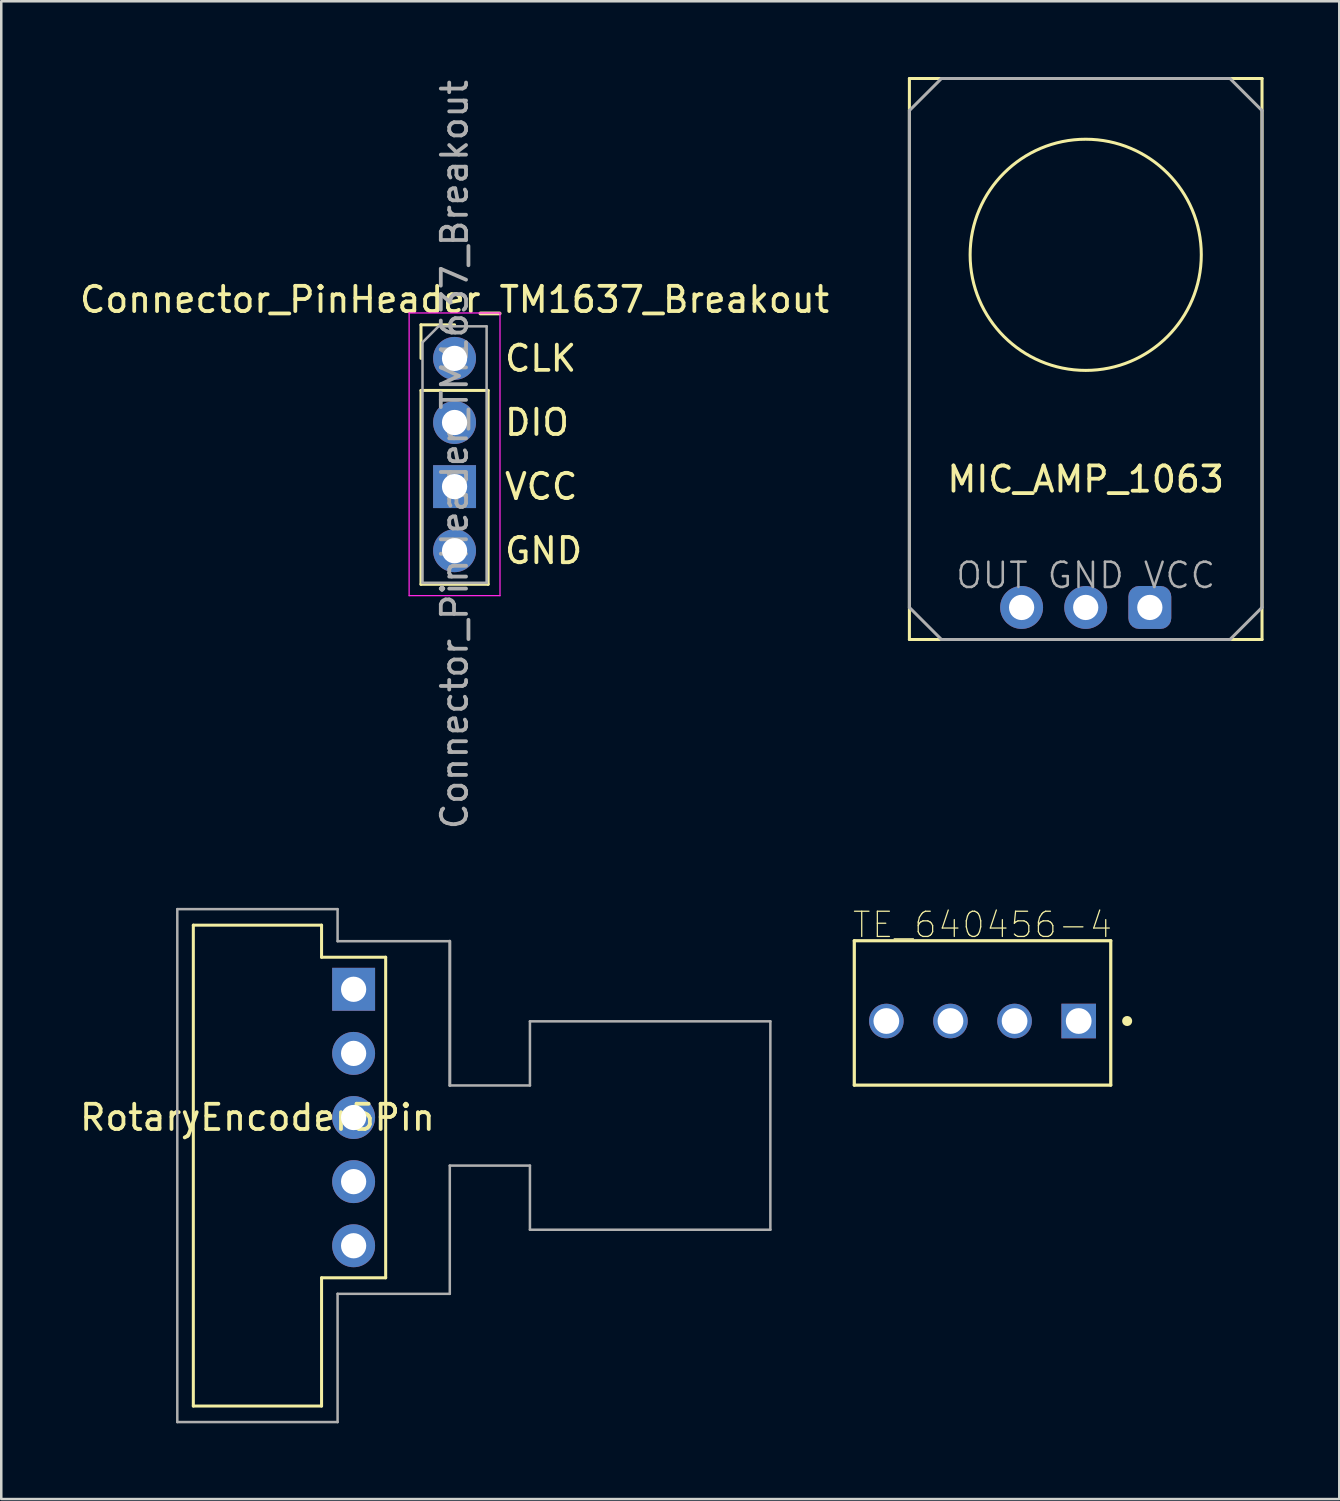
<source format=kicad_pcb>
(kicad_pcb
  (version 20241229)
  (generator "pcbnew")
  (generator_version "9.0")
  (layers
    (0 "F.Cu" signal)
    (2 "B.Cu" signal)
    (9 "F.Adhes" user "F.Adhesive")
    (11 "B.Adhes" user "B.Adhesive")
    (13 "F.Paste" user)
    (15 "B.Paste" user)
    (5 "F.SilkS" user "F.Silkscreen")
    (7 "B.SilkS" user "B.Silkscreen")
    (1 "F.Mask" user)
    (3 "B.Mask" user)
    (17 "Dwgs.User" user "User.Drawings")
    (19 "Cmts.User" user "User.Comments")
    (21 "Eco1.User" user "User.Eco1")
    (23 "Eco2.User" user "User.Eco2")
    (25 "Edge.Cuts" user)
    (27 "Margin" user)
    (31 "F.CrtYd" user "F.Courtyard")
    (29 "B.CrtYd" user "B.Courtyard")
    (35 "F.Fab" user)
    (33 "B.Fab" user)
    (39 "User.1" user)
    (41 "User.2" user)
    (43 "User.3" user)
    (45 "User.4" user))
  (footprint "RotaryEncoder5Pin"
    (layer "F.Cu")
    (at 10.959 41.222)
    (property "Reference" "RotaryEncoder5Pin" (at -3.81 0 0) (layer "F.SilkS") (effects (font (size 1 1) (thickness 0.15))))
    (attr through_hole)
    (fp_line (start -6.35 -7.62) (end -6.35 11.43) (stroke (width 0.12) (type solid)) (layer "F.SilkS"))
    (fp_line (start -6.35 11.43) (end -1.27 11.43) (stroke (width 0.12) (type solid)) (layer "F.SilkS"))
    (fp_line (start -1.27 -7.62) (end -6.35 -7.62) (stroke (width 0.12) (type solid)) (layer "F.SilkS"))
    (fp_line (start -1.27 -7.62) (end -1.27 -6.35) (stroke (width 0.12) (type solid)) (layer "F.SilkS"))
    (fp_line (start -1.27 -6.35) (end 1.27 -6.35) (stroke (width 0.12) (type solid)) (layer "F.SilkS"))
    (fp_line (start -1.27 6.35) (end 1.27 6.35) (stroke (width 0.12) (type solid)) (layer "F.SilkS"))
    (fp_line (start -1.27 11.43) (end -1.27 6.35) (stroke (width 0.12) (type solid)) (layer "F.SilkS"))
    (fp_line (start 1.27 6.35) (end 1.27 -6.35) (stroke (width 0.12) (type solid)) (layer "F.SilkS"))
    (fp_line (start -6.985 -8.255) (end -6.985 12.065) (stroke (width 0.1) (type solid)) (layer "F.Fab"))
    (fp_line (start -6.985 12.065) (end -0.635 12.065) (stroke (width 0.1) (type solid)) (layer "F.Fab"))
    (fp_line (start -0.635 -8.255) (end -6.985 -8.255) (stroke (width 0.1) (type solid)) (layer "F.Fab"))
    (fp_line (start -0.635 -6.985) (end -0.635 -8.255) (stroke (width 0.1) (type solid)) (layer "F.Fab"))
    (fp_line (start -0.635 6.985) (end 3.81 6.985) (stroke (width 0.1) (type solid)) (layer "F.Fab"))
    (fp_line (start -0.635 12.065) (end -0.635 6.985) (stroke (width 0.1) (type solid)) (layer "F.Fab"))
    (fp_line (start 3.81 -6.985) (end -0.635 -6.985) (stroke (width 0.1) (type solid)) (layer "F.Fab"))
    (fp_line (start 3.81 -1.27) (end 3.81 -6.985) (stroke (width 0.12) (type solid)) (layer "F.Fab"))
    (fp_line (start 3.81 1.905) (end 6.985 1.905) (stroke (width 0.1) (type solid)) (layer "F.Fab"))
    (fp_line (start 3.81 6.985) (end 3.81 1.905) (stroke (width 0.1) (type solid)) (layer "F.Fab"))
    (fp_line (start 6.985 -3.81) (end 6.985 -1.27) (stroke (width 0.1) (type solid)) (layer "F.Fab"))
    (fp_line (start 6.985 -1.27) (end 3.81 -1.27) (stroke (width 0.1) (type solid)) (layer "F.Fab"))
    (fp_line (start 6.985 1.905) (end 6.985 4.445) (stroke (width 0.1) (type solid)) (layer "F.Fab"))
    (fp_line (start 6.985 4.445) (end 16.51 4.445) (stroke (width 0.1) (type solid)) (layer "F.Fab"))
    (fp_line (start 16.51 -3.81) (end 6.985 -3.81) (stroke (width 0.1) (type solid)) (layer "F.Fab"))
    (fp_line (start 16.51 4.445) (end 16.51 -3.81) (stroke (width 0.1) (type solid)) (layer "F.Fab"))
    (pad "1" thru_hole rect (at 0 -5.08) (size 1.7 1.7) (drill 1) (layers "*.Cu" "*.Mask"))
    (pad "2" thru_hole oval (at 0 -2.54) (size 1.7 1.7) (drill 1) (layers "*.Cu" "*.Mask"))
    (pad "3" thru_hole oval (at 0 0) (size 1.7 1.7) (drill 1) (layers "*.Cu" "*.Mask"))
    (pad "4" thru_hole oval (at 0 2.54) (size 1.7 1.7) (drill 1) (layers "*.Cu" "*.Mask"))
    (pad "5" thru_hole oval (at 0 5.08) (size 1.7 1.7) (drill 1) (layers "*.Cu" "*.Mask")))
  (footprint "TE_640456-4"
    (layer "F.Cu")
    (at 39.684 37.399)
    (property "Reference" "TE_640456-4" (at -3.81 -3.81 0) (layer "F.SilkS") (effects (font (size 1 1) (thickness 0.05))))
    (attr through_hole)
    (fp_line (start -8.89 2.54) (end -8.89 -3.18) (stroke (width 0.127) (type solid)) (layer "F.SilkS"))
    (fp_line (start 1.27 -3.18) (end -8.89 -3.18) (stroke (width 0.127) (type solid)) (layer "F.SilkS"))
    (fp_line (start 1.27 -3.18) (end 1.27 2.54) (stroke (width 0.127) (type solid)) (layer "F.SilkS"))
    (fp_line (start 1.27 2.54) (end -8.89 2.54) (stroke (width 0.127) (type solid)) (layer "F.SilkS"))
    (fp_circle (center 1.92 0) (end 2.02 0) (stroke (width 0.2) (type solid)) (fill no) (layer "F.SilkS"))
    (fp_line (start -9.14 -3.43) (end 1.52 -3.43) (stroke (width 0.05) (type solid)) (layer "Eco1.User"))
    (fp_line (start -9.14 2.79) (end -9.14 -3.43) (stroke (width 0.05) (type solid)) (layer "Eco1.User"))
    (fp_line (start 1.52 -3.43) (end 1.52 2.79) (stroke (width 0.05) (type solid)) (layer "Eco1.User"))
    (fp_line (start 1.52 2.79) (end -9.14 2.79) (stroke (width 0.05) (type solid)) (layer "Eco1.User"))
    (fp_line (start -8.89 -3.18) (end 1.27 -3.18) (stroke (width 0.127) (type solid)) (layer "Eco2.User"))
    (fp_line (start -8.89 -3.18) (end 1.27 -3.18) (stroke (width 0.127) (type solid)) (layer "Eco2.User"))
    (fp_line (start -8.89 2.54) (end -8.89 -3.18) (stroke (width 0.127) (type solid)) (layer "Eco2.User"))
    (fp_line (start -8.89 2.54) (end -8.89 -3.18) (stroke (width 0.127) (type solid)) (layer "Eco2.User"))
    (fp_line (start 1.27 -3.18) (end 1.27 2.54) (stroke (width 0.127) (type solid)) (layer "Eco2.User"))
    (fp_line (start 1.27 -3.18) (end 1.27 2.54) (stroke (width 0.127) (type solid)) (layer "Eco2.User"))
    (fp_line (start 1.27 2.54) (end -8.89 2.54) (stroke (width 0.127) (type solid)) (layer "Eco2.User"))
    (fp_circle (center 1.92 0) (end 2.02 0) (stroke (width 0.2) (type solid)) (fill no) (layer "Eco2.User"))
    (pad "1" thru_hole rect (at 0 0) (size 1.37 1.37) (drill 1.02) (layers "*.Cu" "*.Mask"))
    (pad "2" thru_hole circle (at -2.54 0) (size 1.37 1.37) (drill 1.02) (layers "*.Cu" "*.Mask"))
    (pad "3" thru_hole circle (at -5.08 0) (size 1.37 1.37) (drill 1.02) (layers "*.Cu" "*.Mask"))
    (pad "4" thru_hole circle (at -7.62 0) (size 1.37 1.37) (drill 1.02) (layers "*.Cu" "*.Mask")))
  (footprint "Connector_PinHeader_TM1637_Breakout"
    (layer "F.Cu")
    (at 14.958 11.148)
    (property "Reference" "Connector_PinHeader_TM1637_Breakout" (at 0 -2.33 0) (layer "F.SilkS") (effects (font (size 1 1) (thickness 0.15))))
    (attr through_hole)
    (fp_line (start -1.33 -1.33) (end 0 -1.33) (stroke (width 0.12) (type solid)) (layer "F.SilkS"))
    (fp_line (start -1.33 0) (end -1.33 -1.33) (stroke (width 0.12) (type solid)) (layer "F.SilkS"))
    (fp_line (start -1.33 1.27) (end -1.33 8.95) (stroke (width 0.12) (type solid)) (layer "F.SilkS"))
    (fp_line (start -1.33 1.27) (end 1.33 1.27) (stroke (width 0.12) (type solid)) (layer "F.SilkS"))
    (fp_line (start -1.33 8.95) (end 1.33 8.95) (stroke (width 0.12) (type solid)) (layer "F.SilkS"))
    (fp_line (start 1.33 1.27) (end 1.33 8.95) (stroke (width 0.12) (type solid)) (layer "F.SilkS"))
    (fp_line (start -1.8 -1.8) (end -1.8 9.4) (stroke (width 0.05) (type solid)) (layer "F.CrtYd"))
    (fp_line (start -1.8 9.4) (end 1.8 9.4) (stroke (width 0.05) (type solid)) (layer "F.CrtYd"))
    (fp_line (start 1.8 -1.8) (end -1.8 -1.8) (stroke (width 0.05) (type solid)) (layer "F.CrtYd"))
    (fp_line (start 1.8 9.4) (end 1.8 -1.8) (stroke (width 0.05) (type solid)) (layer "F.CrtYd"))
    (fp_line (start -1.27 -0.635) (end -0.635 -1.27) (stroke (width 0.1) (type solid)) (layer "F.Fab"))
    (fp_line (start -1.27 8.89) (end -1.27 -0.635) (stroke (width 0.1) (type solid)) (layer "F.Fab"))
    (fp_line (start -0.635 -1.27) (end 1.27 -1.27) (stroke (width 0.1) (type solid)) (layer "F.Fab"))
    (fp_line (start 1.27 -1.27) (end 1.27 8.89) (stroke (width 0.1) (type solid)) (layer "F.Fab"))
    (fp_line (start 1.27 8.89) (end -1.27 8.89) (stroke (width 0.1) (type solid)) (layer "F.Fab"))
    (fp_text user "CLK" (at 1.905 0 0) (layer "F.SilkS") (effects (font (size 1 1) (thickness 0.15)) (justify left)))
    (fp_text user "VCC" (at 1.905 5.08 0) (layer "F.SilkS") (effects (font (size 1 1) (thickness 0.15)) (justify left)))
    (fp_text user "DIO" (at 1.905 2.54 0) (layer "F.SilkS") (effects (font (size 1 1) (thickness 0.15)) (justify left)))
    (fp_text user "GND" (at 1.905 7.62 0) (layer "F.SilkS") (effects (font (size 1 1) (thickness 0.15)) (justify left)))
    (fp_text user "${REFERENCE}" (at 0 3.81 90) (layer "F.Fab") (effects (font (size 1 1) (thickness 0.15))))
    (pad "1" thru_hole circle (at 0 0) (size 1.7 1.7) (drill 1) (layers "*.Cu" "*.Mask"))
    (pad "2" thru_hole oval (at 0 2.54) (size 1.7 1.7) (drill 1) (layers "*.Cu" "*.Mask"))
    (pad "3" thru_hole rect (at 0 5.08) (size 1.7 1.7) (drill 1) (layers "*.Cu" "*.Mask"))
    (pad "4" thru_hole oval (at 0 7.62) (size 1.7 1.7) (drill 1) (layers "*.Cu" "*.Mask")))
  (footprint "MIC_AMP_1063"
    (layer "F.Cu")
    (at 39.962 21.015)
    (property "Reference" "MIC_AMP_1063" (at 0 -5.08 0) (layer "F.SilkS") (effects (font (size 1 1) (thickness 0.15))))
    (attr through_hole)
    (fp_line (start -6.985 -20.955) (end -6.985 1.27) (stroke (width 0.12) (type solid)) (layer "F.SilkS"))
    (fp_line (start -6.985 1.27) (end 6.985 1.27) (stroke (width 0.12) (type solid)) (layer "F.SilkS"))
    (fp_line (start 6.985 -20.955) (end -6.985 -20.955) (stroke (width 0.12) (type solid)) (layer "F.SilkS"))
    (fp_line (start 6.985 1.27) (end 6.985 -20.955) (stroke (width 0.12) (type solid)) (layer "F.SilkS"))
    (fp_circle (center 0 -13.97) (end 3.81 -11.43) (stroke (width 0.12) (type solid)) (fill no) (layer "F.SilkS"))
    (fp_line (start -6.985 -19.685) (end -5.715 -20.955) (stroke (width 0.12) (type solid)) (layer "F.Fab"))
    (fp_line (start -6.985 0) (end -6.985 -19.685) (stroke (width 0.12) (type solid)) (layer "F.Fab"))
    (fp_line (start -5.715 -20.955) (end 5.715 -20.955) (stroke (width 0.12) (type solid)) (layer "F.Fab"))
    (fp_line (start -5.715 1.27) (end -6.985 0) (stroke (width 0.12) (type solid)) (layer "F.Fab"))
    (fp_line (start 5.715 -20.955) (end 6.985 -19.685) (stroke (width 0.12) (type solid)) (layer "F.Fab"))
    (fp_line (start 5.715 1.27) (end -5.715 1.27) (stroke (width 0.12) (type solid)) (layer "F.Fab"))
    (fp_line (start 6.985 -19.685) (end 6.985 0) (stroke (width 0.12) (type solid)) (layer "F.Fab"))
    (fp_line (start 6.985 0) (end 5.715 1.27) (stroke (width 0.12) (type solid)) (layer "F.Fab"))
    (fp_text user "OUT GND VCC" (at 0 -1.27 0) (layer "F.Fab") (effects (font (size 1 1) (thickness 0.1))))
    (pad "1" thru_hole circle (at -2.54 0) (size 1.7 1.7) (drill 1) (layers "*.Cu" "*.Mask"))
    (pad "2" thru_hole oval (at 0 0) (size 1.7 1.7) (drill 1) (layers "*.Cu" "*.Mask"))
    (pad "3" thru_hole roundrect (at 2.54 0) (size 1.7 1.7) (drill 1) (layers "*.Cu" "*.Mask") (roundrect_rratio 0.25)))
  (gr_rect
    (start -3 -3)
    (end 50.007 56.337)
    (stroke (width 0.1) (type default))
    (fill no)
    (layer "Edge.Cuts")))
</source>
